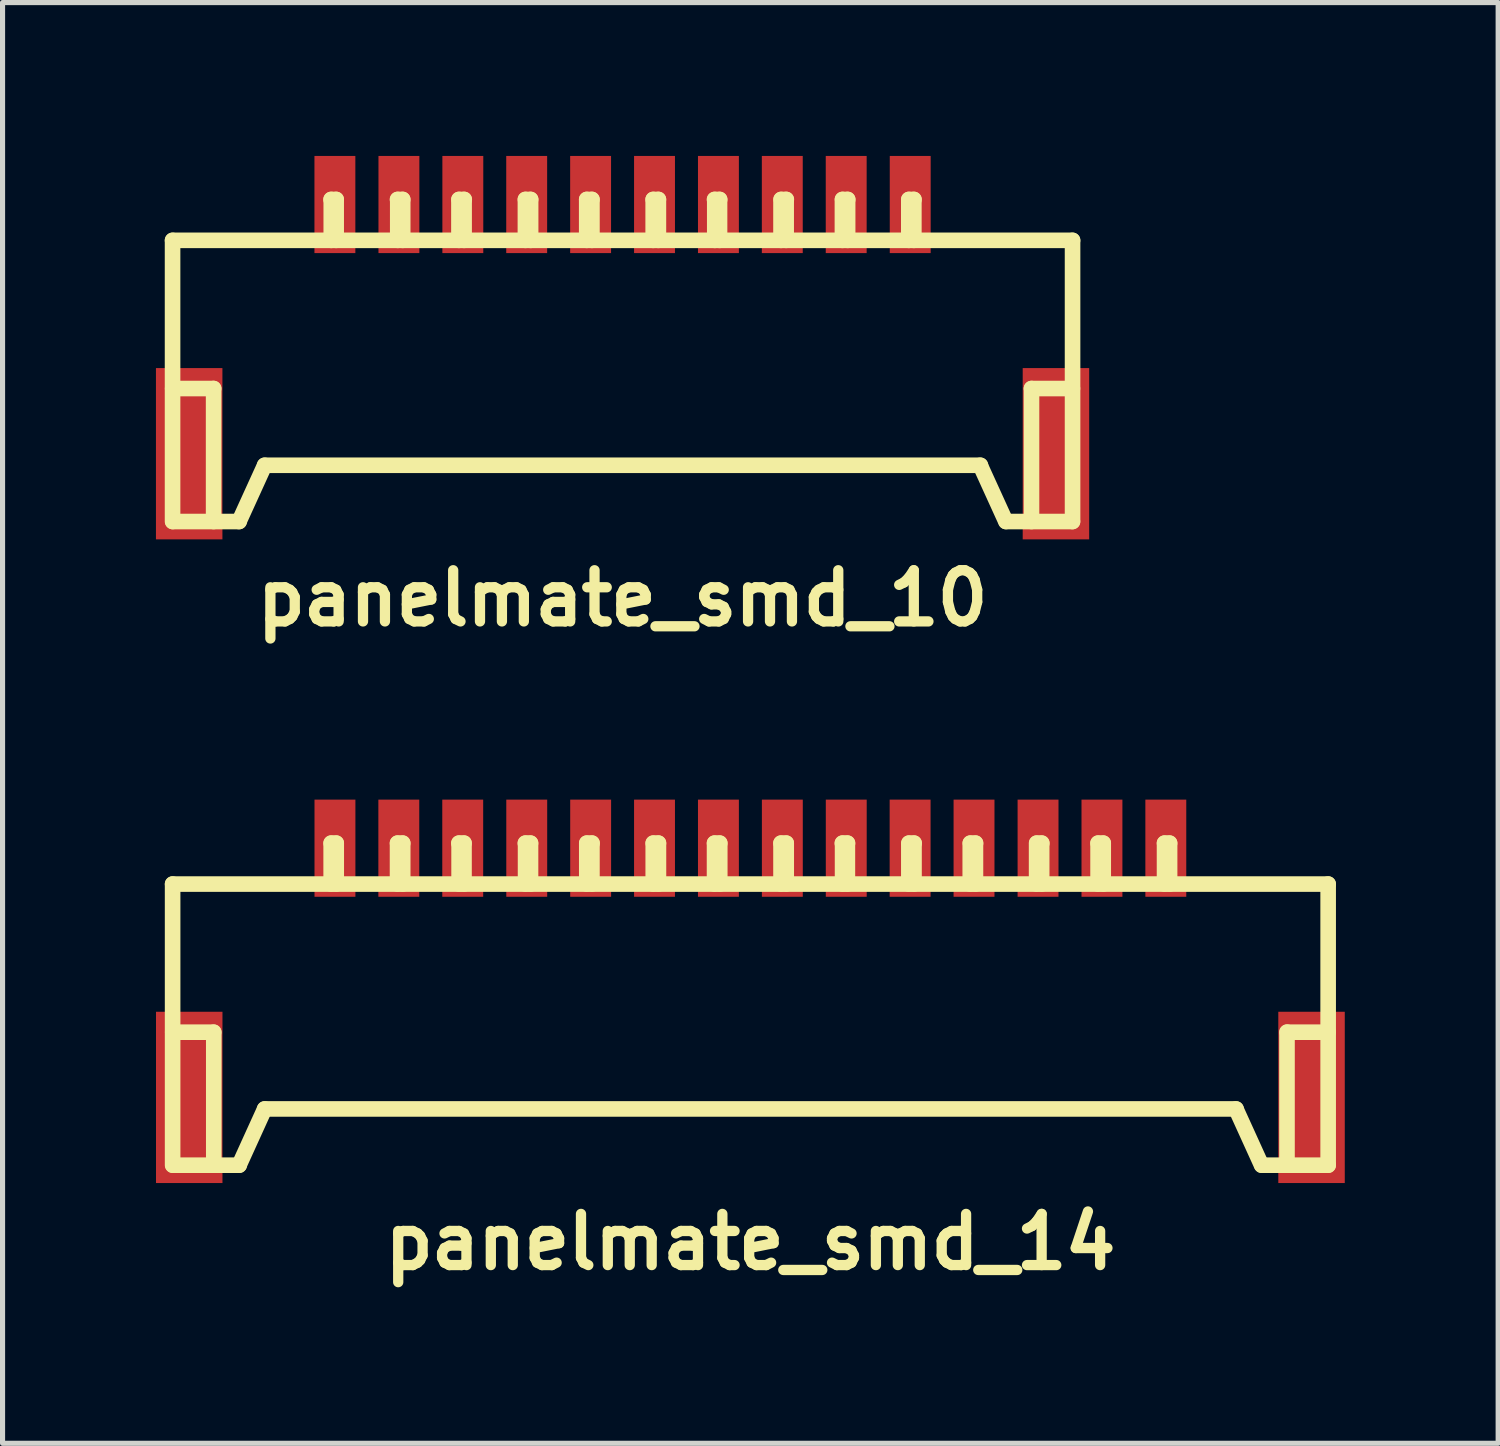
<source format=kicad_pcb>
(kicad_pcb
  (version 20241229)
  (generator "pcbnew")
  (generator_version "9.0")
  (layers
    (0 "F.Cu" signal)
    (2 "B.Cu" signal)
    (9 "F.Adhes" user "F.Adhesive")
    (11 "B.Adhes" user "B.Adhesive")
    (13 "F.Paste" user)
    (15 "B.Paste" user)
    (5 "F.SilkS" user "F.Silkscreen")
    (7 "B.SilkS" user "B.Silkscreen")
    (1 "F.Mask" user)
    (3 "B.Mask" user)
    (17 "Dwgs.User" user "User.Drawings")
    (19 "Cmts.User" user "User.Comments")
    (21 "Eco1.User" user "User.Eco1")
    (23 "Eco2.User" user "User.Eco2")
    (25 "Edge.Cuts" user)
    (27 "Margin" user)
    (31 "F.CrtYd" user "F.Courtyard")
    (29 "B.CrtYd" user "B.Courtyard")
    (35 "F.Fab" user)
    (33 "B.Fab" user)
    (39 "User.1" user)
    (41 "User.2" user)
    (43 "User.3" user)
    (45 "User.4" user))
  (footprint "panelmate_smd_14"
    (layer "F.Cu")
    (at 11.626 17.039)
    (property "Reference" "panelmate_smd_14" (at 0 4.201 0) (layer "F.SilkS") (effects (font (size 1.001 1.001) (thickness 0.201))))
    (attr through_hole)
    (fp_line (start -11.3 -2.799) (end -11.3 2.7) (stroke (width 0.305) (type solid)) (layer "F.SilkS"))
    (fp_line (start -11.3 -2.799) (end 11.3 -2.799) (stroke (width 0.305) (type solid)) (layer "F.SilkS"))
    (fp_line (start -11.298 0.099) (end -10.498 0.099) (stroke (width 0.305) (type solid)) (layer "F.SilkS"))
    (fp_line (start -10.495 0.099) (end -10.495 2.7) (stroke (width 0.305) (type solid)) (layer "F.SilkS"))
    (fp_line (start -10 2.7) (end -9.5 1.6) (stroke (width 0.305) (type solid)) (layer "F.SilkS"))
    (fp_line (start -9.997 2.7) (end -11.295 2.7) (stroke (width 0.305) (type solid)) (layer "F.SilkS"))
    (fp_line (start -8.199 -3.599) (end -8.1 -3.599) (stroke (width 0.305) (type solid)) (layer "F.SilkS"))
    (fp_line (start -8.199 -2.799) (end -8.199 -3.599) (stroke (width 0.305) (type solid)) (layer "F.SilkS"))
    (fp_line (start -8.1 -3.599) (end -8.1 -2.799) (stroke (width 0.305) (type solid)) (layer "F.SilkS"))
    (fp_line (start -6.901 -3.599) (end -6.901 -2.799) (stroke (width 0.305) (type solid)) (layer "F.SilkS"))
    (fp_line (start -6.8 -3.599) (end -6.901 -3.599) (stroke (width 0.305) (type solid)) (layer "F.SilkS"))
    (fp_line (start -6.8 -2.799) (end -6.8 -3.599) (stroke (width 0.305) (type solid)) (layer "F.SilkS"))
    (fp_line (start -5.702 -3.599) (end -5.601 -3.599) (stroke (width 0.305) (type solid)) (layer "F.SilkS"))
    (fp_line (start -5.697 -2.799) (end -5.697 -3.599) (stroke (width 0.305) (type solid)) (layer "F.SilkS"))
    (fp_line (start -5.601 -3.599) (end -5.601 -2.799) (stroke (width 0.305) (type solid)) (layer "F.SilkS"))
    (fp_line (start -4.402 -3.599) (end -4.3 -3.599) (stroke (width 0.305) (type solid)) (layer "F.SilkS"))
    (fp_line (start -4.397 -2.799) (end -4.397 -3.599) (stroke (width 0.305) (type solid)) (layer "F.SilkS"))
    (fp_line (start -4.3 -3.599) (end -4.3 -2.799) (stroke (width 0.305) (type solid)) (layer "F.SilkS"))
    (fp_line (start -3.2 -3.599) (end -3.2 -2.799) (stroke (width 0.305) (type solid)) (layer "F.SilkS"))
    (fp_line (start -3.099 -3.599) (end -3.099 -2.799) (stroke (width 0.305) (type solid)) (layer "F.SilkS"))
    (fp_line (start -3.096 -3.599) (end -3.198 -3.599) (stroke (width 0.305) (type solid)) (layer "F.SilkS"))
    (fp_line (start -1.9 -3.599) (end -1.798 -3.599) (stroke (width 0.305) (type solid)) (layer "F.SilkS"))
    (fp_line (start -1.9 -2.799) (end -1.9 -3.599) (stroke (width 0.305) (type solid)) (layer "F.SilkS"))
    (fp_line (start -1.798 -3.599) (end -1.798 -2.799) (stroke (width 0.305) (type solid)) (layer "F.SilkS"))
    (fp_line (start -0.701 -3.599) (end -0.599 -3.599) (stroke (width 0.305) (type solid)) (layer "F.SilkS"))
    (fp_line (start -0.701 -2.799) (end -0.701 -3.599) (stroke (width 0.305) (type solid)) (layer "F.SilkS"))
    (fp_line (start -0.599 -3.599) (end -0.599 -2.799) (stroke (width 0.305) (type solid)) (layer "F.SilkS"))
    (fp_line (start 0.599 -3.599) (end 0.599 -2.799) (stroke (width 0.305) (type solid)) (layer "F.SilkS"))
    (fp_line (start 0.701 -3.599) (end 0.599 -3.599) (stroke (width 0.305) (type solid)) (layer "F.SilkS"))
    (fp_line (start 0.701 -2.799) (end 0.701 -3.599) (stroke (width 0.305) (type solid)) (layer "F.SilkS"))
    (fp_line (start 1.803 -3.599) (end 1.803 -2.799) (stroke (width 0.305) (type solid)) (layer "F.SilkS"))
    (fp_line (start 1.897 -3.599) (end 1.897 -2.799) (stroke (width 0.305) (type solid)) (layer "F.SilkS"))
    (fp_line (start 1.9 -3.599) (end 1.798 -3.599) (stroke (width 0.305) (type solid)) (layer "F.SilkS"))
    (fp_line (start 3.099 -3.599) (end 3.099 -2.799) (stroke (width 0.305) (type solid)) (layer "F.SilkS"))
    (fp_line (start 3.104 -3.599) (end 3.203 -3.599) (stroke (width 0.305) (type solid)) (layer "F.SilkS"))
    (fp_line (start 3.2 -2.799) (end 3.2 -3.599) (stroke (width 0.305) (type solid)) (layer "F.SilkS"))
    (fp_line (start 4.3 -3.599) (end 4.3 -2.799) (stroke (width 0.305) (type solid)) (layer "F.SilkS"))
    (fp_line (start 4.402 -2.799) (end 4.402 -3.599) (stroke (width 0.305) (type solid)) (layer "F.SilkS"))
    (fp_line (start 4.404 -3.599) (end 4.303 -3.599) (stroke (width 0.305) (type solid)) (layer "F.SilkS"))
    (fp_line (start 5.598 -3.599) (end 5.598 -2.799) (stroke (width 0.305) (type solid)) (layer "F.SilkS"))
    (fp_line (start 5.601 -3.599) (end 5.7 -3.599) (stroke (width 0.305) (type solid)) (layer "F.SilkS"))
    (fp_line (start 5.697 -2.799) (end 5.697 -3.599) (stroke (width 0.305) (type solid)) (layer "F.SilkS"))
    (fp_line (start 6.8 -3.599) (end 6.901 -3.599) (stroke (width 0.305) (type solid)) (layer "F.SilkS"))
    (fp_line (start 6.8 -2.799) (end 6.8 -3.599) (stroke (width 0.305) (type solid)) (layer "F.SilkS"))
    (fp_line (start 6.901 -3.599) (end 6.901 -2.799) (stroke (width 0.305) (type solid)) (layer "F.SilkS"))
    (fp_line (start 8.1 -3.599) (end 8.1 -2.799) (stroke (width 0.305) (type solid)) (layer "F.SilkS"))
    (fp_line (start 8.199 -3.599) (end 8.1 -3.599) (stroke (width 0.305) (type solid)) (layer "F.SilkS"))
    (fp_line (start 8.199 -2.799) (end 8.199 -3.599) (stroke (width 0.305) (type solid)) (layer "F.SilkS"))
    (fp_line (start 9.497 1.6) (end 9.997 2.7) (stroke (width 0.305) (type solid)) (layer "F.SilkS"))
    (fp_line (start 9.5 1.6) (end -9.5 1.6) (stroke (width 0.305) (type solid)) (layer "F.SilkS"))
    (fp_line (start 10.003 2.7) (end 11.3 2.7) (stroke (width 0.305) (type solid)) (layer "F.SilkS"))
    (fp_line (start 10.495 0.097) (end 10.495 2.697) (stroke (width 0.305) (type solid)) (layer "F.SilkS"))
    (fp_line (start 11.3 -2.799) (end 11.3 2.7) (stroke (width 0.305) (type solid)) (layer "F.SilkS"))
    (fp_line (start 11.3 0.099) (end 10.5 0.099) (stroke (width 0.305) (type solid)) (layer "F.SilkS"))
    (pad "1" smd rect (at -8.125 -3.5) (size 0.8 1.9) (layers "F.Cu" "F.Mask" "F.Paste"))
    (pad "2" smd rect (at -6.876 -3.5) (size 0.8 1.9) (layers "F.Cu" "F.Mask" "F.Paste"))
    (pad "3" smd rect (at -5.626 -3.5) (size 0.8 1.9) (layers "F.Cu" "F.Mask" "F.Paste"))
    (pad "4" smd rect (at -4.374 -3.5) (size 0.8 1.9) (layers "F.Cu" "F.Mask" "F.Paste"))
    (pad "5" smd rect (at -3.124 -3.5) (size 0.8 1.9) (layers "F.Cu" "F.Mask" "F.Paste"))
    (pad "6" smd rect (at -1.875 -3.5) (size 0.8 1.9) (layers "F.Cu" "F.Mask" "F.Paste"))
    (pad "7" smd rect (at -0.625 -3.5) (size 0.8 1.9) (layers "F.Cu" "F.Mask" "F.Paste"))
    (pad "8" smd rect (at 0.625 -3.5) (size 0.8 1.9) (layers "F.Cu" "F.Mask" "F.Paste"))
    (pad "9" smd rect (at 1.875 -3.5) (size 0.8 1.9) (layers "F.Cu" "F.Mask" "F.Paste"))
    (pad "10" smd rect (at 3.124 -3.5) (size 0.8 1.9) (layers "F.Cu" "F.Mask" "F.Paste"))
    (pad "11" smd rect (at 4.374 -3.5) (size 0.8 1.9) (layers "F.Cu" "F.Mask" "F.Paste"))
    (pad "12" smd rect (at 5.626 -3.5) (size 0.8 1.9) (layers "F.Cu" "F.Mask" "F.Paste"))
    (pad "13" smd rect (at 6.876 -3.5) (size 0.8 1.9) (layers "F.Cu" "F.Mask" "F.Paste"))
    (pad "14" smd rect (at 8.125 -3.5) (size 0.8 1.9) (layers "F.Cu" "F.Mask" "F.Paste"))
    (pad "15" smd rect (at -10.975 1.374) (size 1.3 3.35) (layers "F.Cu" "F.Mask" "F.Paste"))
    (pad "15" smd rect (at 10.975 1.374) (size 1.3 3.35) (layers "F.Cu" "F.Mask" "F.Paste")))
  (footprint "panelmate_smd_10"
    (layer "F.Cu")
    (at 9.126 4.45)
    (property "Reference" "panelmate_smd_10" (at 0 4.201 0) (layer "F.SilkS") (effects (font (size 1.001 1.001) (thickness 0.201))))
    (attr through_hole)
    (fp_line (start -8.801 -2.799) (end -8.801 2.7) (stroke (width 0.305) (type solid)) (layer "F.SilkS"))
    (fp_line (start -8.801 -2.799) (end 8.801 -2.799) (stroke (width 0.305) (type solid)) (layer "F.SilkS"))
    (fp_line (start -8.799 0.099) (end -7.998 0.099) (stroke (width 0.305) (type solid)) (layer "F.SilkS"))
    (fp_line (start -7.998 0.099) (end -7.998 2.7) (stroke (width 0.305) (type solid)) (layer "F.SilkS"))
    (fp_line (start -7.501 2.7) (end -7 1.6) (stroke (width 0.305) (type solid)) (layer "F.SilkS"))
    (fp_line (start -7.498 2.7) (end -8.796 2.7) (stroke (width 0.305) (type solid)) (layer "F.SilkS"))
    (fp_line (start -5.702 -3.599) (end -5.601 -3.599) (stroke (width 0.305) (type solid)) (layer "F.SilkS"))
    (fp_line (start -5.697 -2.799) (end -5.697 -3.599) (stroke (width 0.305) (type solid)) (layer "F.SilkS"))
    (fp_line (start -5.601 -3.599) (end -5.601 -2.799) (stroke (width 0.305) (type solid)) (layer "F.SilkS"))
    (fp_line (start -4.402 -3.599) (end -4.3 -3.599) (stroke (width 0.305) (type solid)) (layer "F.SilkS"))
    (fp_line (start -4.397 -2.799) (end -4.397 -3.599) (stroke (width 0.305) (type solid)) (layer "F.SilkS"))
    (fp_line (start -4.3 -3.599) (end -4.3 -2.799) (stroke (width 0.305) (type solid)) (layer "F.SilkS"))
    (fp_line (start -3.2 -3.599) (end -3.2 -2.799) (stroke (width 0.305) (type solid)) (layer "F.SilkS"))
    (fp_line (start -3.099 -3.599) (end -3.099 -2.799) (stroke (width 0.305) (type solid)) (layer "F.SilkS"))
    (fp_line (start -3.096 -3.599) (end -3.198 -3.599) (stroke (width 0.305) (type solid)) (layer "F.SilkS"))
    (fp_line (start -1.9 -3.599) (end -1.798 -3.599) (stroke (width 0.305) (type solid)) (layer "F.SilkS"))
    (fp_line (start -1.9 -2.799) (end -1.9 -3.599) (stroke (width 0.305) (type solid)) (layer "F.SilkS"))
    (fp_line (start -1.798 -3.599) (end -1.798 -2.799) (stroke (width 0.305) (type solid)) (layer "F.SilkS"))
    (fp_line (start -0.701 -3.599) (end -0.599 -3.599) (stroke (width 0.305) (type solid)) (layer "F.SilkS"))
    (fp_line (start -0.701 -2.799) (end -0.701 -3.599) (stroke (width 0.305) (type solid)) (layer "F.SilkS"))
    (fp_line (start -0.599 -3.599) (end -0.599 -2.799) (stroke (width 0.305) (type solid)) (layer "F.SilkS"))
    (fp_line (start 0.599 -3.599) (end 0.599 -2.799) (stroke (width 0.305) (type solid)) (layer "F.SilkS"))
    (fp_line (start 0.701 -3.599) (end 0.599 -3.599) (stroke (width 0.305) (type solid)) (layer "F.SilkS"))
    (fp_line (start 0.701 -2.799) (end 0.701 -3.599) (stroke (width 0.305) (type solid)) (layer "F.SilkS"))
    (fp_line (start 1.803 -3.599) (end 1.803 -2.799) (stroke (width 0.305) (type solid)) (layer "F.SilkS"))
    (fp_line (start 1.897 -3.599) (end 1.897 -2.799) (stroke (width 0.305) (type solid)) (layer "F.SilkS"))
    (fp_line (start 1.9 -3.599) (end 1.798 -3.599) (stroke (width 0.305) (type solid)) (layer "F.SilkS"))
    (fp_line (start 3.099 -3.599) (end 3.099 -2.799) (stroke (width 0.305) (type solid)) (layer "F.SilkS"))
    (fp_line (start 3.104 -3.599) (end 3.203 -3.599) (stroke (width 0.305) (type solid)) (layer "F.SilkS"))
    (fp_line (start 3.2 -2.799) (end 3.2 -3.599) (stroke (width 0.305) (type solid)) (layer "F.SilkS"))
    (fp_line (start 4.3 -3.599) (end 4.3 -2.799) (stroke (width 0.305) (type solid)) (layer "F.SilkS"))
    (fp_line (start 4.402 -2.799) (end 4.402 -3.599) (stroke (width 0.305) (type solid)) (layer "F.SilkS"))
    (fp_line (start 4.404 -3.599) (end 4.303 -3.599) (stroke (width 0.305) (type solid)) (layer "F.SilkS"))
    (fp_line (start 5.598 -3.599) (end 5.598 -2.799) (stroke (width 0.305) (type solid)) (layer "F.SilkS"))
    (fp_line (start 5.601 -3.599) (end 5.7 -3.599) (stroke (width 0.305) (type solid)) (layer "F.SilkS"))
    (fp_line (start 5.697 -2.799) (end 5.697 -3.599) (stroke (width 0.305) (type solid)) (layer "F.SilkS"))
    (fp_line (start 6.995 1.6) (end 7.496 2.7) (stroke (width 0.305) (type solid)) (layer "F.SilkS"))
    (fp_line (start 7 1.6) (end -7 1.6) (stroke (width 0.305) (type solid)) (layer "F.SilkS"))
    (fp_line (start 7.501 2.7) (end 8.799 2.7) (stroke (width 0.305) (type solid)) (layer "F.SilkS"))
    (fp_line (start 7.998 0.099) (end 7.998 2.7) (stroke (width 0.305) (type solid)) (layer "F.SilkS"))
    (fp_line (start 8.799 0.099) (end 7.998 0.099) (stroke (width 0.305) (type solid)) (layer "F.SilkS"))
    (fp_line (start 8.801 -2.799) (end 8.801 2.7) (stroke (width 0.305) (type solid)) (layer "F.SilkS"))
    (pad "1" smd rect (at -5.626 -3.5) (size 0.8 1.9) (layers "F.Cu" "F.Mask" "F.Paste"))
    (pad "2" smd rect (at -4.374 -3.5) (size 0.8 1.9) (layers "F.Cu" "F.Mask" "F.Paste"))
    (pad "3" smd rect (at -3.124 -3.5) (size 0.8 1.9) (layers "F.Cu" "F.Mask" "F.Paste"))
    (pad "4" smd rect (at -1.875 -3.5) (size 0.8 1.9) (layers "F.Cu" "F.Mask" "F.Paste"))
    (pad "5" smd rect (at -0.625 -3.5) (size 0.8 1.9) (layers "F.Cu" "F.Mask" "F.Paste"))
    (pad "6" smd rect (at 0.625 -3.5) (size 0.8 1.9) (layers "F.Cu" "F.Mask" "F.Paste"))
    (pad "7" smd rect (at 1.875 -3.5) (size 0.8 1.9) (layers "F.Cu" "F.Mask" "F.Paste"))
    (pad "8" smd rect (at 3.124 -3.5) (size 0.8 1.9) (layers "F.Cu" "F.Mask" "F.Paste"))
    (pad "9" smd rect (at 4.374 -3.5) (size 0.8 1.9) (layers "F.Cu" "F.Mask" "F.Paste"))
    (pad "10" smd rect (at 5.626 -3.5) (size 0.8 1.9) (layers "F.Cu" "F.Mask" "F.Paste"))
    (pad "11" smd rect (at -8.476 1.374) (size 1.3 3.35) (layers "F.Cu" "F.Mask" "F.Paste"))
    (pad "11" smd rect (at 8.476 1.374) (size 1.3 3.35) (layers "F.Cu" "F.Mask" "F.Paste")))
  (gr_rect
    (start -3 -3)
    (end 26.251 25.178)
    (stroke (width 0.1) (type default))
    (fill no)
    (layer "Edge.Cuts")))
</source>
